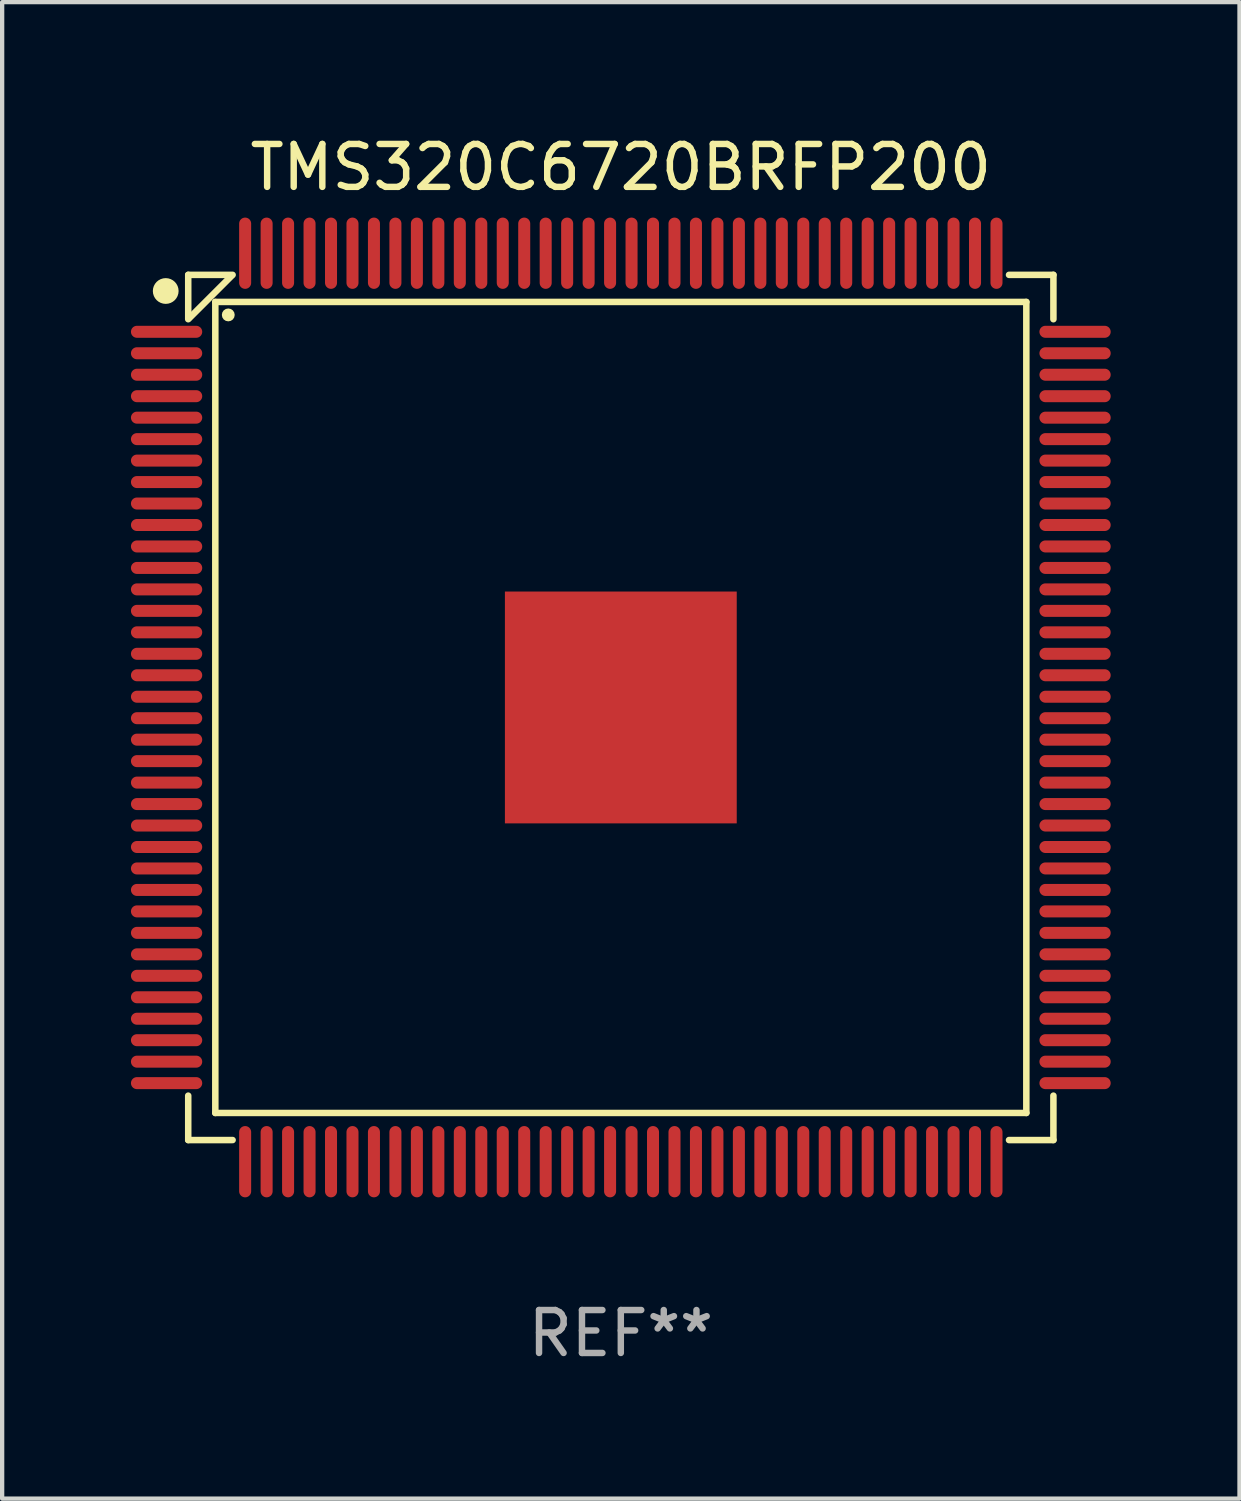
<source format=kicad_pcb>
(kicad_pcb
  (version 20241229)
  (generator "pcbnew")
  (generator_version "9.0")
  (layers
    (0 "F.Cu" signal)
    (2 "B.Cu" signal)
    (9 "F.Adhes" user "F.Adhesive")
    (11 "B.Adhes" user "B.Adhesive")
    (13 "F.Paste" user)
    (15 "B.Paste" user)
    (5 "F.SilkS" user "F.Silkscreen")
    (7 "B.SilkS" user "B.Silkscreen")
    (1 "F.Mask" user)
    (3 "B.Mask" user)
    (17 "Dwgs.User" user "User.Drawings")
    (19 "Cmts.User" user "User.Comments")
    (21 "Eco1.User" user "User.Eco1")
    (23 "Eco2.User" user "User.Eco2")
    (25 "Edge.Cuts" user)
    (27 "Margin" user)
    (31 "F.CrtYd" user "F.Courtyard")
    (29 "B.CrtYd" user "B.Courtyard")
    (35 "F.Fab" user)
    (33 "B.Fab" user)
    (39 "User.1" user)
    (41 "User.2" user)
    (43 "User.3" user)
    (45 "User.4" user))
  (footprint "TMS320C6720BRFP200"
    (layer "F.Cu")
    (at 11.41 13.428)
    (property "Reference" "TMS320C6720BRFP200" (at 0 -12.58 0) (layer "F.SilkS") (effects (font (size 1 1) (thickness 0.15))))
    (attr through_hole)
    (fp_line (start -10.076 -10.076) (end -9.042 -10.076) (stroke (width 0.152) (type solid)) (layer "F.SilkS"))
    (fp_line (start -10.076 -9.043) (end -10.076 -10.076) (stroke (width 0.152) (type solid)) (layer "F.SilkS"))
    (fp_line (start -10.076 9.042) (end -10.076 10.076) (stroke (width 0.152) (type solid)) (layer "F.SilkS"))
    (fp_line (start -10.076 10.076) (end -9.042 10.076) (stroke (width 0.152) (type solid)) (layer "F.SilkS"))
    (fp_line (start -9.445 -9.445) (end 9.445 -9.445) (stroke (width 0.152) (type solid)) (layer "F.SilkS"))
    (fp_line (start -9.445 9.445) (end -9.445 -9.445) (stroke (width 0.152) (type solid)) (layer "F.SilkS"))
    (fp_line (start -9.07 -10.049) (end -10.049 -9.07) (stroke (width 0.152) (type solid)) (layer "F.SilkS"))
    (fp_line (start 9.445 -9.445) (end 9.445 9.445) (stroke (width 0.152) (type solid)) (layer "F.SilkS"))
    (fp_line (start 9.445 9.445) (end -9.445 9.445) (stroke (width 0.152) (type solid)) (layer "F.SilkS"))
    (fp_line (start 10.076 -10.076) (end 9.042 -10.076) (stroke (width 0.152) (type solid)) (layer "F.SilkS"))
    (fp_line (start 10.076 -9.043) (end 10.076 -10.076) (stroke (width 0.152) (type solid)) (layer "F.SilkS"))
    (fp_line (start 10.076 9.042) (end 10.076 10.076) (stroke (width 0.152) (type solid)) (layer "F.SilkS"))
    (fp_line (start 10.076 10.076) (end 9.042 10.076) (stroke (width 0.152) (type solid)) (layer "F.SilkS"))
    (fp_circle (center -10.6 -9.7) (end -10.45 -9.7) (stroke (width 0.3) (type solid)) (fill no) (layer "F.SilkS"))
    (fp_circle (center -9.143 -9.143) (end -9.068 -9.143) (stroke (width 0.15) (type solid)) (fill no) (layer "F.SilkS"))
    (fp_text user "REF**" (at 0 14.58 0) (layer "F.Fab") (effects (font (size 1 1) (thickness 0.15))))
    (pad "1" smd oval (at -10.58 -8.75) (size 1.66 0.28) (layers "F.Cu" "F.Mask" "F.Paste"))
    (pad "2" smd oval (at -10.58 -8.25) (size 1.66 0.28) (layers "F.Cu" "F.Mask" "F.Paste"))
    (pad "3" smd oval (at -10.58 -7.75) (size 1.66 0.28) (layers "F.Cu" "F.Mask" "F.Paste"))
    (pad "4" smd oval (at -10.58 -7.25) (size 1.66 0.28) (layers "F.Cu" "F.Mask" "F.Paste"))
    (pad "5" smd oval (at -10.58 -6.75) (size 1.66 0.28) (layers "F.Cu" "F.Mask" "F.Paste"))
    (pad "6" smd oval (at -10.58 -6.25) (size 1.66 0.28) (layers "F.Cu" "F.Mask" "F.Paste"))
    (pad "7" smd oval (at -10.58 -5.75) (size 1.66 0.28) (layers "F.Cu" "F.Mask" "F.Paste"))
    (pad "8" smd oval (at -10.58 -5.25) (size 1.66 0.28) (layers "F.Cu" "F.Mask" "F.Paste"))
    (pad "9" smd oval (at -10.58 -4.75) (size 1.66 0.28) (layers "F.Cu" "F.Mask" "F.Paste"))
    (pad "10" smd oval (at -10.58 -4.25) (size 1.66 0.28) (layers "F.Cu" "F.Mask" "F.Paste"))
    (pad "11" smd oval (at -10.58 -3.75) (size 1.66 0.28) (layers "F.Cu" "F.Mask" "F.Paste"))
    (pad "12" smd oval (at -10.58 -3.25) (size 1.66 0.28) (layers "F.Cu" "F.Mask" "F.Paste"))
    (pad "13" smd oval (at -10.58 -2.75) (size 1.66 0.28) (layers "F.Cu" "F.Mask" "F.Paste"))
    (pad "14" smd oval (at -10.58 -2.25) (size 1.66 0.28) (layers "F.Cu" "F.Mask" "F.Paste"))
    (pad "15" smd oval (at -10.58 -1.75) (size 1.66 0.28) (layers "F.Cu" "F.Mask" "F.Paste"))
    (pad "16" smd oval (at -10.58 -1.25) (size 1.66 0.28) (layers "F.Cu" "F.Mask" "F.Paste"))
    (pad "17" smd oval (at -10.58 -0.75) (size 1.66 0.28) (layers "F.Cu" "F.Mask" "F.Paste"))
    (pad "18" smd oval (at -10.58 -0.25) (size 1.66 0.28) (layers "F.Cu" "F.Mask" "F.Paste"))
    (pad "19" smd oval (at -10.58 0.25) (size 1.66 0.28) (layers "F.Cu" "F.Mask" "F.Paste"))
    (pad "20" smd oval (at -10.58 0.75) (size 1.66 0.28) (layers "F.Cu" "F.Mask" "F.Paste"))
    (pad "21" smd oval (at -10.58 1.25) (size 1.66 0.28) (layers "F.Cu" "F.Mask" "F.Paste"))
    (pad "22" smd oval (at -10.58 1.75) (size 1.66 0.28) (layers "F.Cu" "F.Mask" "F.Paste"))
    (pad "23" smd oval (at -10.58 2.25) (size 1.66 0.28) (layers "F.Cu" "F.Mask" "F.Paste"))
    (pad "24" smd oval (at -10.58 2.75) (size 1.66 0.28) (layers "F.Cu" "F.Mask" "F.Paste"))
    (pad "25" smd oval (at -10.58 3.25) (size 1.66 0.28) (layers "F.Cu" "F.Mask" "F.Paste"))
    (pad "26" smd oval (at -10.58 3.75) (size 1.66 0.28) (layers "F.Cu" "F.Mask" "F.Paste"))
    (pad "27" smd oval (at -10.58 4.25) (size 1.66 0.28) (layers "F.Cu" "F.Mask" "F.Paste"))
    (pad "28" smd oval (at -10.58 4.75) (size 1.66 0.28) (layers "F.Cu" "F.Mask" "F.Paste"))
    (pad "29" smd oval (at -10.58 5.25) (size 1.66 0.28) (layers "F.Cu" "F.Mask" "F.Paste"))
    (pad "30" smd oval (at -10.58 5.75) (size 1.66 0.28) (layers "F.Cu" "F.Mask" "F.Paste"))
    (pad "31" smd oval (at -10.58 6.25) (size 1.66 0.28) (layers "F.Cu" "F.Mask" "F.Paste"))
    (pad "32" smd oval (at -10.58 6.75) (size 1.66 0.28) (layers "F.Cu" "F.Mask" "F.Paste"))
    (pad "33" smd oval (at -10.58 7.25) (size 1.66 0.28) (layers "F.Cu" "F.Mask" "F.Paste"))
    (pad "34" smd oval (at -10.58 7.75) (size 1.66 0.28) (layers "F.Cu" "F.Mask" "F.Paste"))
    (pad "35" smd oval (at -10.58 8.25) (size 1.66 0.28) (layers "F.Cu" "F.Mask" "F.Paste"))
    (pad "36" smd oval (at -10.58 8.75) (size 1.66 0.28) (layers "F.Cu" "F.Mask" "F.Paste"))
    (pad "37" smd oval (at -8.75 10.58) (size 0.28 1.66) (layers "F.Cu" "F.Mask" "F.Paste"))
    (pad "38" smd oval (at -8.25 10.58) (size 0.28 1.66) (layers "F.Cu" "F.Mask" "F.Paste"))
    (pad "39" smd oval (at -7.75 10.58) (size 0.28 1.66) (layers "F.Cu" "F.Mask" "F.Paste"))
    (pad "40" smd oval (at -7.25 10.58) (size 0.28 1.66) (layers "F.Cu" "F.Mask" "F.Paste"))
    (pad "41" smd oval (at -6.75 10.58) (size 0.28 1.66) (layers "F.Cu" "F.Mask" "F.Paste"))
    (pad "42" smd oval (at -6.25 10.58) (size 0.28 1.66) (layers "F.Cu" "F.Mask" "F.Paste"))
    (pad "43" smd oval (at -5.75 10.58) (size 0.28 1.66) (layers "F.Cu" "F.Mask" "F.Paste"))
    (pad "44" smd oval (at -5.25 10.58) (size 0.28 1.66) (layers "F.Cu" "F.Mask" "F.Paste"))
    (pad "45" smd oval (at -4.75 10.58) (size 0.28 1.66) (layers "F.Cu" "F.Mask" "F.Paste"))
    (pad "46" smd oval (at -4.25 10.58) (size 0.28 1.66) (layers "F.Cu" "F.Mask" "F.Paste"))
    (pad "47" smd oval (at -3.75 10.58) (size 0.28 1.66) (layers "F.Cu" "F.Mask" "F.Paste"))
    (pad "48" smd oval (at -3.25 10.58) (size 0.28 1.66) (layers "F.Cu" "F.Mask" "F.Paste"))
    (pad "49" smd oval (at -2.75 10.58) (size 0.28 1.66) (layers "F.Cu" "F.Mask" "F.Paste"))
    (pad "50" smd oval (at -2.25 10.58) (size 0.28 1.66) (layers "F.Cu" "F.Mask" "F.Paste"))
    (pad "51" smd oval (at -1.75 10.58) (size 0.28 1.66) (layers "F.Cu" "F.Mask" "F.Paste"))
    (pad "52" smd oval (at -1.25 10.58) (size 0.28 1.66) (layers "F.Cu" "F.Mask" "F.Paste"))
    (pad "53" smd oval (at -0.75 10.58) (size 0.28 1.66) (layers "F.Cu" "F.Mask" "F.Paste"))
    (pad "54" smd oval (at -0.25 10.58) (size 0.28 1.66) (layers "F.Cu" "F.Mask" "F.Paste"))
    (pad "55" smd oval (at 0.25 10.58) (size 0.28 1.66) (layers "F.Cu" "F.Mask" "F.Paste"))
    (pad "56" smd oval (at 0.75 10.58) (size 0.28 1.66) (layers "F.Cu" "F.Mask" "F.Paste"))
    (pad "57" smd oval (at 1.25 10.58) (size 0.28 1.66) (layers "F.Cu" "F.Mask" "F.Paste"))
    (pad "58" smd oval (at 1.75 10.58) (size 0.28 1.66) (layers "F.Cu" "F.Mask" "F.Paste"))
    (pad "59" smd oval (at 2.25 10.58) (size 0.28 1.66) (layers "F.Cu" "F.Mask" "F.Paste"))
    (pad "60" smd oval (at 2.75 10.58) (size 0.28 1.66) (layers "F.Cu" "F.Mask" "F.Paste"))
    (pad "61" smd oval (at 3.25 10.58) (size 0.28 1.66) (layers "F.Cu" "F.Mask" "F.Paste"))
    (pad "62" smd oval (at 3.75 10.58) (size 0.28 1.66) (layers "F.Cu" "F.Mask" "F.Paste"))
    (pad "63" smd oval (at 4.25 10.58) (size 0.28 1.66) (layers "F.Cu" "F.Mask" "F.Paste"))
    (pad "64" smd oval (at 4.75 10.58) (size 0.28 1.66) (layers "F.Cu" "F.Mask" "F.Paste"))
    (pad "65" smd oval (at 5.25 10.58) (size 0.28 1.66) (layers "F.Cu" "F.Mask" "F.Paste"))
    (pad "66" smd oval (at 5.75 10.58) (size 0.28 1.66) (layers "F.Cu" "F.Mask" "F.Paste"))
    (pad "67" smd oval (at 6.25 10.58) (size 0.28 1.66) (layers "F.Cu" "F.Mask" "F.Paste"))
    (pad "68" smd oval (at 6.75 10.58) (size 0.28 1.66) (layers "F.Cu" "F.Mask" "F.Paste"))
    (pad "69" smd oval (at 7.25 10.58) (size 0.28 1.66) (layers "F.Cu" "F.Mask" "F.Paste"))
    (pad "70" smd oval (at 7.75 10.58) (size 0.28 1.66) (layers "F.Cu" "F.Mask" "F.Paste"))
    (pad "71" smd oval (at 8.25 10.58) (size 0.28 1.66) (layers "F.Cu" "F.Mask" "F.Paste"))
    (pad "72" smd oval (at 8.75 10.58) (size 0.28 1.66) (layers "F.Cu" "F.Mask" "F.Paste"))
    (pad "73" smd oval (at 10.58 8.75) (size 1.66 0.28) (layers "F.Cu" "F.Mask" "F.Paste"))
    (pad "74" smd oval (at 10.58 8.25) (size 1.66 0.28) (layers "F.Cu" "F.Mask" "F.Paste"))
    (pad "75" smd oval (at 10.58 7.75) (size 1.66 0.28) (layers "F.Cu" "F.Mask" "F.Paste"))
    (pad "76" smd oval (at 10.58 7.25) (size 1.66 0.28) (layers "F.Cu" "F.Mask" "F.Paste"))
    (pad "77" smd oval (at 10.58 6.75) (size 1.66 0.28) (layers "F.Cu" "F.Mask" "F.Paste"))
    (pad "78" smd oval (at 10.58 6.25) (size 1.66 0.28) (layers "F.Cu" "F.Mask" "F.Paste"))
    (pad "79" smd oval (at 10.58 5.75) (size 1.66 0.28) (layers "F.Cu" "F.Mask" "F.Paste"))
    (pad "80" smd oval (at 10.58 5.25) (size 1.66 0.28) (layers "F.Cu" "F.Mask" "F.Paste"))
    (pad "81" smd oval (at 10.58 4.75) (size 1.66 0.28) (layers "F.Cu" "F.Mask" "F.Paste"))
    (pad "82" smd oval (at 10.58 4.25) (size 1.66 0.28) (layers "F.Cu" "F.Mask" "F.Paste"))
    (pad "83" smd oval (at 10.58 3.75) (size 1.66 0.28) (layers "F.Cu" "F.Mask" "F.Paste"))
    (pad "84" smd oval (at 10.58 3.25) (size 1.66 0.28) (layers "F.Cu" "F.Mask" "F.Paste"))
    (pad "85" smd oval (at 10.58 2.75) (size 1.66 0.28) (layers "F.Cu" "F.Mask" "F.Paste"))
    (pad "86" smd oval (at 10.58 2.25) (size 1.66 0.28) (layers "F.Cu" "F.Mask" "F.Paste"))
    (pad "87" smd oval (at 10.58 1.75) (size 1.66 0.28) (layers "F.Cu" "F.Mask" "F.Paste"))
    (pad "88" smd oval (at 10.58 1.25) (size 1.66 0.28) (layers "F.Cu" "F.Mask" "F.Paste"))
    (pad "89" smd oval (at 10.58 0.75) (size 1.66 0.28) (layers "F.Cu" "F.Mask" "F.Paste"))
    (pad "90" smd oval (at 10.58 0.25) (size 1.66 0.28) (layers "F.Cu" "F.Mask" "F.Paste"))
    (pad "91" smd oval (at 10.58 -0.25) (size 1.66 0.28) (layers "F.Cu" "F.Mask" "F.Paste"))
    (pad "92" smd oval (at 10.58 -0.75) (size 1.66 0.28) (layers "F.Cu" "F.Mask" "F.Paste"))
    (pad "93" smd oval (at 10.58 -1.25) (size 1.66 0.28) (layers "F.Cu" "F.Mask" "F.Paste"))
    (pad "94" smd oval (at 10.58 -1.75) (size 1.66 0.28) (layers "F.Cu" "F.Mask" "F.Paste"))
    (pad "95" smd oval (at 10.58 -2.25) (size 1.66 0.28) (layers "F.Cu" "F.Mask" "F.Paste"))
    (pad "96" smd oval (at 10.58 -2.75) (size 1.66 0.28) (layers "F.Cu" "F.Mask" "F.Paste"))
    (pad "97" smd oval (at 10.58 -3.25) (size 1.66 0.28) (layers "F.Cu" "F.Mask" "F.Paste"))
    (pad "98" smd oval (at 10.58 -3.75) (size 1.66 0.28) (layers "F.Cu" "F.Mask" "F.Paste"))
    (pad "99" smd oval (at 10.58 -4.25) (size 1.66 0.28) (layers "F.Cu" "F.Mask" "F.Paste"))
    (pad "100" smd oval (at 10.58 -4.75) (size 1.66 0.28) (layers "F.Cu" "F.Mask" "F.Paste"))
    (pad "101" smd oval (at 10.58 -5.25) (size 1.66 0.28) (layers "F.Cu" "F.Mask" "F.Paste"))
    (pad "102" smd oval (at 10.58 -5.75) (size 1.66 0.28) (layers "F.Cu" "F.Mask" "F.Paste"))
    (pad "103" smd oval (at 10.58 -6.25) (size 1.66 0.28) (layers "F.Cu" "F.Mask" "F.Paste"))
    (pad "104" smd oval (at 10.58 -6.75) (size 1.66 0.28) (layers "F.Cu" "F.Mask" "F.Paste"))
    (pad "105" smd oval (at 10.58 -7.25) (size 1.66 0.28) (layers "F.Cu" "F.Mask" "F.Paste"))
    (pad "106" smd oval (at 10.58 -7.75) (size 1.66 0.28) (layers "F.Cu" "F.Mask" "F.Paste"))
    (pad "107" smd oval (at 10.58 -8.25) (size 1.66 0.28) (layers "F.Cu" "F.Mask" "F.Paste"))
    (pad "108" smd oval (at 10.58 -8.75) (size 1.66 0.28) (layers "F.Cu" "F.Mask" "F.Paste"))
    (pad "109" smd oval (at 8.75 -10.58) (size 0.28 1.66) (layers "F.Cu" "F.Mask" "F.Paste"))
    (pad "110" smd oval (at 8.25 -10.58) (size 0.28 1.66) (layers "F.Cu" "F.Mask" "F.Paste"))
    (pad "111" smd oval (at 7.75 -10.58) (size 0.28 1.66) (layers "F.Cu" "F.Mask" "F.Paste"))
    (pad "112" smd oval (at 7.25 -10.58) (size 0.28 1.66) (layers "F.Cu" "F.Mask" "F.Paste"))
    (pad "113" smd oval (at 6.75 -10.58) (size 0.28 1.66) (layers "F.Cu" "F.Mask" "F.Paste"))
    (pad "114" smd oval (at 6.25 -10.58) (size 0.28 1.66) (layers "F.Cu" "F.Mask" "F.Paste"))
    (pad "115" smd oval (at 5.75 -10.58) (size 0.28 1.66) (layers "F.Cu" "F.Mask" "F.Paste"))
    (pad "116" smd oval (at 5.25 -10.58) (size 0.28 1.66) (layers "F.Cu" "F.Mask" "F.Paste"))
    (pad "117" smd oval (at 4.75 -10.58) (size 0.28 1.66) (layers "F.Cu" "F.Mask" "F.Paste"))
    (pad "118" smd oval (at 4.25 -10.58) (size 0.28 1.66) (layers "F.Cu" "F.Mask" "F.Paste"))
    (pad "119" smd oval (at 3.75 -10.58) (size 0.28 1.66) (layers "F.Cu" "F.Mask" "F.Paste"))
    (pad "120" smd oval (at 3.25 -10.58) (size 0.28 1.66) (layers "F.Cu" "F.Mask" "F.Paste"))
    (pad "121" smd oval (at 2.75 -10.58) (size 0.28 1.66) (layers "F.Cu" "F.Mask" "F.Paste"))
    (pad "122" smd oval (at 2.25 -10.58) (size 0.28 1.66) (layers "F.Cu" "F.Mask" "F.Paste"))
    (pad "123" smd oval (at 1.75 -10.58) (size 0.28 1.66) (layers "F.Cu" "F.Mask" "F.Paste"))
    (pad "124" smd oval (at 1.25 -10.58) (size 0.28 1.66) (layers "F.Cu" "F.Mask" "F.Paste"))
    (pad "125" smd oval (at 0.75 -10.58) (size 0.28 1.66) (layers "F.Cu" "F.Mask" "F.Paste"))
    (pad "126" smd oval (at 0.25 -10.58) (size 0.28 1.66) (layers "F.Cu" "F.Mask" "F.Paste"))
    (pad "127" smd oval (at -0.25 -10.58) (size 0.28 1.66) (layers "F.Cu" "F.Mask" "F.Paste"))
    (pad "128" smd oval (at -0.75 -10.58) (size 0.28 1.66) (layers "F.Cu" "F.Mask" "F.Paste"))
    (pad "129" smd oval (at -1.25 -10.58) (size 0.28 1.66) (layers "F.Cu" "F.Mask" "F.Paste"))
    (pad "130" smd oval (at -1.75 -10.58) (size 0.28 1.66) (layers "F.Cu" "F.Mask" "F.Paste"))
    (pad "131" smd oval (at -2.25 -10.58) (size 0.28 1.66) (layers "F.Cu" "F.Mask" "F.Paste"))
    (pad "132" smd oval (at -2.75 -10.58) (size 0.28 1.66) (layers "F.Cu" "F.Mask" "F.Paste"))
    (pad "133" smd oval (at -3.25 -10.58) (size 0.28 1.66) (layers "F.Cu" "F.Mask" "F.Paste"))
    (pad "134" smd oval (at -3.75 -10.58) (size 0.28 1.66) (layers "F.Cu" "F.Mask" "F.Paste"))
    (pad "135" smd oval (at -4.25 -10.58) (size 0.28 1.66) (layers "F.Cu" "F.Mask" "F.Paste"))
    (pad "136" smd oval (at -4.75 -10.58) (size 0.28 1.66) (layers "F.Cu" "F.Mask" "F.Paste"))
    (pad "137" smd oval (at -5.25 -10.58) (size 0.28 1.66) (layers "F.Cu" "F.Mask" "F.Paste"))
    (pad "138" smd oval (at -5.75 -10.58) (size 0.28 1.66) (layers "F.Cu" "F.Mask" "F.Paste"))
    (pad "139" smd oval (at -6.25 -10.58) (size 0.28 1.66) (layers "F.Cu" "F.Mask" "F.Paste"))
    (pad "140" smd oval (at -6.75 -10.58) (size 0.28 1.66) (layers "F.Cu" "F.Mask" "F.Paste"))
    (pad "141" smd oval (at -7.25 -10.58) (size 0.28 1.66) (layers "F.Cu" "F.Mask" "F.Paste"))
    (pad "142" smd oval (at -7.75 -10.58) (size 0.28 1.66) (layers "F.Cu" "F.Mask" "F.Paste"))
    (pad "143" smd oval (at -8.25 -10.58) (size 0.28 1.66) (layers "F.Cu" "F.Mask" "F.Paste"))
    (pad "144" smd oval (at -8.75 -10.58) (size 0.28 1.66) (layers "F.Cu" "F.Mask" "F.Paste"))
    (pad "145" smd rect (at 0 0) (size 5.4 5.4) (layers "F.Cu" "F.Mask" "F.Paste")))
  (gr_rect
    (start -3 -3)
    (end 25.82 31.856)
    (stroke (width 0.1) (type default))
    (fill no)
    (layer "Edge.Cuts")))
</source>
